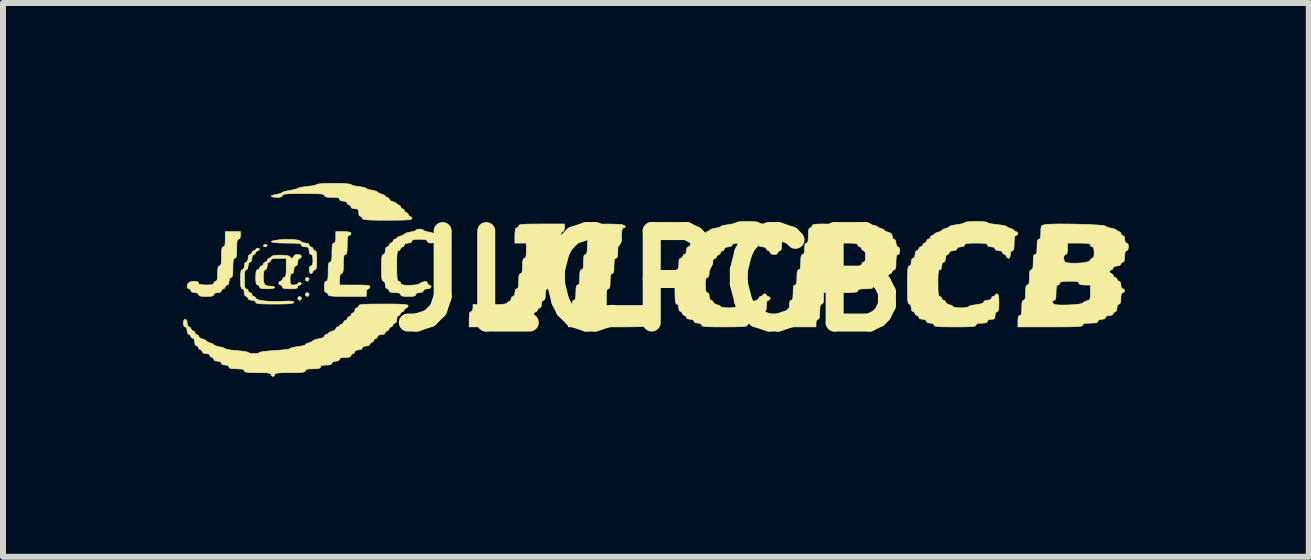
<source format=kicad_pcb>
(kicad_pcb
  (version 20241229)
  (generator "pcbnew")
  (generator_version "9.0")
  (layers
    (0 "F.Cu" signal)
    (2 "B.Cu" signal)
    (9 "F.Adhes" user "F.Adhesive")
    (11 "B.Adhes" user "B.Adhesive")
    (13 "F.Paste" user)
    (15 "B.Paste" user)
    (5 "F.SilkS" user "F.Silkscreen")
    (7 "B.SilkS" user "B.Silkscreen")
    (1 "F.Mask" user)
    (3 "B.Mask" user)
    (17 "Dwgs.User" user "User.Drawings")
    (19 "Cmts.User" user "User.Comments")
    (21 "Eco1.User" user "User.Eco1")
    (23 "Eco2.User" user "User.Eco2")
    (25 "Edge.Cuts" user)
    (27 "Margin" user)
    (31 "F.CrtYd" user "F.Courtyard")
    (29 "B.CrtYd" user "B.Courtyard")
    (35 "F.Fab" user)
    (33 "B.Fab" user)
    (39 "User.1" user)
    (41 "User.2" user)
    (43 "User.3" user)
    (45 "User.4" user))
  (footprint "JLCPCB"
    (layer "F.Cu")
    (at 7.773 1.635)
    (property "Reference" "JLCPCB" (at 0 0 0) (layer "F.SilkS") (effects (font (size 1.524 1.524) (thickness 0.3))))
    (attr through_hole)
    (fp_poly (pts (xy -6.375 -0.602) (xy -6.371 -0.593) (xy -6.388 -0.574) (xy -6.403 -0.572) (xy -6.431 -0.583) (xy -6.435 -0.593) (xy -6.418 -0.611) (xy -6.403 -0.614) (xy -6.375 -0.602)) (stroke (width 0.01) (type solid)) (fill yes) (layer "F.SilkS"))
    (fp_poly (pts (xy -5.803 0.271) (xy -5.8 0.286) (xy -5.817 0.314) (xy -5.831 0.318) (xy -5.859 0.301) (xy -5.863 0.286) (xy -5.846 0.258) (xy -5.831 0.254) (xy -5.803 0.271)) (stroke (width 0.01) (type solid)) (fill yes) (layer "F.SilkS"))
    (fp_poly (pts (xy -5.676 -0.047) (xy -5.673 -0.032) (xy -5.69 -0.004) (xy -5.704 0) (xy -5.732 -0.017) (xy -5.736 -0.032) (xy -5.719 -0.06) (xy -5.704 -0.064) (xy -5.676 -0.047)) (stroke (width 0.01) (type solid)) (fill yes) (layer "F.SilkS"))
    (fp_poly (pts (xy -5.676 0.207) (xy -5.673 0.222) (xy -5.69 0.25) (xy -5.704 0.254) (xy -5.732 0.237) (xy -5.736 0.222) (xy -5.719 0.194) (xy -5.704 0.191) (xy -5.676 0.207)) (stroke (width 0.01) (type solid)) (fill yes) (layer "F.SilkS"))
    (fp_poly (pts (xy -5.971 -0.695) (xy -5.889 -0.689) (xy -5.83 -0.676) (xy -5.804 -0.659) (xy -5.78 -0.642) (xy -5.734 -0.635) (xy -5.685 -0.625) (xy -5.673 -0.603) (xy -5.656 -0.575) (xy -5.641 -0.572) (xy -5.613 -0.555) (xy -5.609 -0.54) (xy -5.592 -0.512) (xy -5.577 -0.508) (xy -5.561 -0.5) (xy -5.551 -0.47) (xy -5.546 -0.41) (xy -5.546 -0.349) (xy -5.547 -0.266) (xy -5.553 -0.216) (xy -5.565 -0.194) (xy -5.577 -0.191) (xy -5.605 -0.174) (xy -5.609 -0.159) (xy -5.626 -0.131) (xy -5.641 -0.127) (xy -5.666 -0.146) (xy -5.673 -0.191) (xy -5.663 -0.241) (xy -5.641 -0.254) (xy -5.62 -0.266) (xy -5.61 -0.309) (xy -5.609 -0.349) (xy -5.613 -0.412) (xy -5.627 -0.441) (xy -5.641 -0.445) (xy -5.666 -0.463) (xy -5.673 -0.508) (xy -5.678 -0.553) (xy -5.703 -0.57) (xy -5.736 -0.572) (xy -5.787 -0.581) (xy -5.8 -0.603) (xy -5.806 -0.617) (xy -5.829 -0.626) (xy -5.876 -0.632) (xy -5.953 -0.634) (xy -6.054 -0.635) (xy -6.167 -0.637) (xy -6.248 -0.643) (xy -6.294 -0.651) (xy -6.303 -0.661) (xy -6.275 -0.673) (xy -6.207 -0.684) (xy -6.169 -0.689) (xy -6.068 -0.696) (xy -5.971 -0.695)) (stroke (width 0.01) (type solid)) (fill yes) (layer "F.SilkS"))
    (fp_poly (pts (xy -5.027 -0.823) (xy -4.988 -0.814) (xy -4.974 -0.798) (xy -4.974 -0.794) (xy -4.991 -0.766) (xy -5.006 -0.762) (xy -5.023 -0.754) (xy -5.032 -0.724) (xy -5.037 -0.664) (xy -5.038 -0.603) (xy -5.039 -0.52) (xy -5.045 -0.47) (xy -5.057 -0.448) (xy -5.069 -0.445) (xy -5.086 -0.436) (xy -5.096 -0.406) (xy -5.1 -0.347) (xy -5.101 -0.286) (xy -5.103 -0.202) (xy -5.109 -0.153) (xy -5.121 -0.131) (xy -5.133 -0.127) (xy -5.154 -0.115) (xy -5.163 -0.072) (xy -5.165 -0.032) (xy -5.165 0.064) (xy -4.911 0.064) (xy -4.801 0.064) (xy -4.727 0.067) (xy -4.683 0.073) (xy -4.662 0.083) (xy -4.657 0.095) (xy -4.674 0.123) (xy -4.688 0.127) (xy -4.714 0.146) (xy -4.72 0.191) (xy -4.72 0.254) (xy -5.038 0.254) (xy -5.162 0.253) (xy -5.25 0.251) (xy -5.307 0.247) (xy -5.34 0.24) (xy -5.353 0.23) (xy -5.355 0.222) (xy -5.372 0.194) (xy -5.387 0.191) (xy -5.408 0.178) (xy -5.417 0.136) (xy -5.419 0.095) (xy -5.415 0.032) (xy -5.4 0.004) (xy -5.387 0) (xy -5.37 -0.008) (xy -5.36 -0.038) (xy -5.356 -0.098) (xy -5.355 -0.159) (xy -5.354 -0.242) (xy -5.347 -0.292) (xy -5.336 -0.314) (xy -5.323 -0.318) (xy -5.307 -0.326) (xy -5.297 -0.356) (xy -5.292 -0.415) (xy -5.292 -0.476) (xy -5.29 -0.56) (xy -5.284 -0.609) (xy -5.272 -0.631) (xy -5.26 -0.635) (xy -5.239 -0.647) (xy -5.229 -0.69) (xy -5.228 -0.73) (xy -5.228 -0.826) (xy -5.101 -0.826) (xy -5.027 -0.823)) (stroke (width 0.01) (type solid)) (fill yes) (layer "F.SilkS"))
    (fp_poly (pts (xy -6.816 -0.762) (xy -6.825 -0.712) (xy -6.847 -0.699) (xy -6.864 -0.69) (xy -6.874 -0.66) (xy -6.878 -0.601) (xy -6.879 -0.54) (xy -6.881 -0.456) (xy -6.887 -0.407) (xy -6.899 -0.385) (xy -6.911 -0.381) (xy -6.928 -0.373) (xy -6.937 -0.343) (xy -6.942 -0.283) (xy -6.943 -0.222) (xy -6.944 -0.139) (xy -6.95 -0.089) (xy -6.962 -0.067) (xy -6.974 -0.064) (xy -7 -0.045) (xy -7.006 0) (xy -7.016 0.05) (xy -7.038 0.064) (xy -7.066 0.08) (xy -7.07 0.095) (xy -7.087 0.123) (xy -7.101 0.127) (xy -7.129 0.144) (xy -7.133 0.159) (xy -7.152 0.184) (xy -7.197 0.191) (xy -7.247 0.2) (xy -7.26 0.222) (xy -7.27 0.241) (xy -7.304 0.251) (xy -7.372 0.254) (xy -7.387 0.254) (xy -7.461 0.252) (xy -7.501 0.243) (xy -7.514 0.226) (xy -7.514 0.222) (xy -7.533 0.197) (xy -7.578 0.191) (xy -7.628 0.181) (xy -7.641 0.159) (xy -7.658 0.131) (xy -7.673 0.127) (xy -7.7 0.112) (xy -7.706 0.078) (xy -7.692 0.04) (xy -7.662 0.015) (xy -7.657 0.013) (xy -7.583 0.001) (xy -7.533 0.007) (xy -7.514 0.031) (xy -7.514 0.032) (xy -7.504 0.05) (xy -7.47 0.06) (xy -7.402 0.063) (xy -7.387 0.064) (xy -7.313 0.061) (xy -7.274 0.052) (xy -7.26 0.036) (xy -7.26 0.032) (xy -7.243 0.004) (xy -7.228 0) (xy -7.21 -0.01) (xy -7.2 -0.044) (xy -7.197 -0.112) (xy -7.197 -0.127) (xy -7.194 -0.201) (xy -7.186 -0.24) (xy -7.169 -0.254) (xy -7.165 -0.254) (xy -7.148 -0.262) (xy -7.138 -0.292) (xy -7.134 -0.352) (xy -7.133 -0.413) (xy -7.132 -0.496) (xy -7.125 -0.546) (xy -7.114 -0.568) (xy -7.101 -0.572) (xy -7.083 -0.581) (xy -7.073 -0.616) (xy -7.07 -0.683) (xy -7.07 -0.699) (xy -7.07 -0.826) (xy -6.816 -0.826) (xy -6.816 -0.762)) (stroke (width 0.01) (type solid)) (fill yes) (layer "F.SilkS"))
    (fp_poly (pts (xy -6.502 -0.539) (xy -6.498 -0.529) (xy -6.515 -0.51) (xy -6.53 -0.508) (xy -6.558 -0.491) (xy -6.562 -0.476) (xy -6.579 -0.448) (xy -6.593 -0.445) (xy -6.619 -0.426) (xy -6.625 -0.381) (xy -6.635 -0.331) (xy -6.657 -0.318) (xy -6.682 -0.299) (xy -6.689 -0.254) (xy -6.698 -0.204) (xy -6.72 -0.191) (xy -6.737 -0.182) (xy -6.747 -0.152) (xy -6.751 -0.093) (xy -6.752 -0.032) (xy -6.751 0.052) (xy -6.744 0.101) (xy -6.733 0.123) (xy -6.72 0.127) (xy -6.692 0.144) (xy -6.689 0.159) (xy -6.672 0.187) (xy -6.657 0.191) (xy -6.629 0.207) (xy -6.625 0.222) (xy -6.608 0.25) (xy -6.593 0.254) (xy -6.565 0.27) (xy -6.562 0.284) (xy -6.542 0.304) (xy -6.486 0.32) (xy -6.402 0.331) (xy -6.295 0.337) (xy -6.173 0.337) (xy -6.105 0.334) (xy -6.014 0.331) (xy -5.959 0.334) (xy -5.932 0.342) (xy -5.927 0.353) (xy -5.936 0.364) (xy -5.966 0.372) (xy -6.022 0.377) (xy -6.111 0.38) (xy -6.236 0.381) (xy -6.244 0.381) (xy -6.368 0.38) (xy -6.456 0.378) (xy -6.514 0.374) (xy -6.546 0.367) (xy -6.56 0.357) (xy -6.562 0.349) (xy -6.581 0.324) (xy -6.625 0.318) (xy -6.676 0.308) (xy -6.689 0.286) (xy -6.706 0.258) (xy -6.72 0.254) (xy -6.746 0.235) (xy -6.752 0.191) (xy -6.762 0.14) (xy -6.784 0.127) (xy -6.801 0.119) (xy -6.81 0.089) (xy -6.815 0.029) (xy -6.816 -0.032) (xy -6.814 -0.115) (xy -6.808 -0.165) (xy -6.796 -0.187) (xy -6.784 -0.191) (xy -6.759 -0.209) (xy -6.752 -0.254) (xy -6.743 -0.304) (xy -6.72 -0.318) (xy -6.695 -0.336) (xy -6.689 -0.381) (xy -6.679 -0.431) (xy -6.657 -0.445) (xy -6.629 -0.461) (xy -6.625 -0.476) (xy -6.608 -0.504) (xy -6.593 -0.508) (xy -6.565 -0.519) (xy -6.562 -0.529) (xy -6.545 -0.548) (xy -6.53 -0.55) (xy -6.502 -0.539)) (stroke (width 0.01) (type solid)) (fill yes) (layer "F.SilkS"))
    (fp_poly (pts (xy -5.813 -0.435) (xy -5.8 -0.413) (xy -5.817 -0.385) (xy -5.831 -0.381) (xy -5.857 -0.362) (xy -5.863 -0.318) (xy -5.873 -0.267) (xy -5.895 -0.254) (xy -5.92 -0.235) (xy -5.927 -0.191) (xy -5.936 -0.14) (xy -5.958 -0.127) (xy -5.979 -0.115) (xy -5.989 -0.072) (xy -5.99 -0.032) (xy -5.988 0.027) (xy -5.978 0.055) (xy -5.951 0.063) (xy -5.927 0.064) (xy -5.882 0.057) (xy -5.863 0.043) (xy -5.863 0.042) (xy -5.846 0.024) (xy -5.831 0.021) (xy -5.803 0.033) (xy -5.8 0.042) (xy -5.817 0.061) (xy -5.831 0.064) (xy -5.859 0.08) (xy -5.863 0.095) (xy -5.873 0.114) (xy -5.907 0.124) (xy -5.975 0.127) (xy -5.99 0.127) (xy -6.064 0.125) (xy -6.104 0.116) (xy -6.117 0.099) (xy -6.117 0.095) (xy -6.134 0.067) (xy -6.149 0.064) (xy -6.177 0.047) (xy -6.181 0.032) (xy -6.164 0.004) (xy -6.149 0) (xy -6.121 -0.017) (xy -6.117 -0.032) (xy -6.1 -0.06) (xy -6.085 -0.064) (xy -6.069 -0.072) (xy -6.059 -0.102) (xy -6.054 -0.161) (xy -6.054 -0.222) (xy -6.054 -0.381) (xy -6.181 -0.381) (xy -6.254 -0.379) (xy -6.294 -0.37) (xy -6.307 -0.353) (xy -6.308 -0.349) (xy -6.325 -0.321) (xy -6.339 -0.318) (xy -6.365 -0.299) (xy -6.371 -0.254) (xy -6.381 -0.204) (xy -6.403 -0.191) (xy -6.422 -0.181) (xy -6.431 -0.146) (xy -6.435 -0.077) (xy -6.435 -0.066) (xy -6.43 0.012) (xy -6.412 0.058) (xy -6.371 0.079) (xy -6.299 0.084) (xy -6.292 0.084) (xy -6.255 0.093) (xy -6.244 0.106) (xy -6.263 0.117) (xy -6.314 0.125) (xy -6.371 0.127) (xy -6.445 0.125) (xy -6.485 0.116) (xy -6.498 0.099) (xy -6.498 0.095) (xy -6.515 0.067) (xy -6.53 0.064) (xy -6.548 0.054) (xy -6.558 0.019) (xy -6.562 -0.048) (xy -6.562 -0.064) (xy -6.559 -0.137) (xy -6.551 -0.177) (xy -6.534 -0.19) (xy -6.53 -0.191) (xy -6.502 -0.207) (xy -6.498 -0.222) (xy -6.481 -0.25) (xy -6.466 -0.254) (xy -6.438 -0.271) (xy -6.435 -0.286) (xy -6.418 -0.314) (xy -6.403 -0.318) (xy -6.375 -0.334) (xy -6.371 -0.349) (xy -6.355 -0.377) (xy -6.341 -0.381) (xy -6.308 -0.397) (xy -6.302 -0.407) (xy -6.275 -0.424) (xy -6.207 -0.433) (xy -6.149 -0.434) (xy -6.057 -0.43) (xy -6.006 -0.418) (xy -5.995 -0.407) (xy -5.973 -0.384) (xy -5.943 -0.386) (xy -5.927 -0.411) (xy -5.927 -0.413) (xy -5.908 -0.438) (xy -5.863 -0.445) (xy -5.813 -0.435)) (stroke (width 0.01) (type solid)) (fill yes) (layer "F.SilkS"))
    (fp_poly (pts (xy -0.613 -0.951) (xy -0.528 -0.948) (xy -0.466 -0.942) (xy -0.45 -0.939) (xy -0.412 -0.921) (xy -0.404 -0.901) (xy -0.427 -0.889) (xy -0.434 -0.889) (xy -0.452 -0.879) (xy -0.462 -0.845) (xy -0.466 -0.777) (xy -0.466 -0.762) (xy -0.468 -0.688) (xy -0.477 -0.649) (xy -0.494 -0.635) (xy -0.497 -0.635) (xy -0.516 -0.625) (xy -0.526 -0.591) (xy -0.529 -0.523) (xy -0.529 -0.508) (xy -0.532 -0.434) (xy -0.54 -0.395) (xy -0.557 -0.381) (xy -0.561 -0.381) (xy -0.579 -0.371) (xy -0.589 -0.337) (xy -0.593 -0.269) (xy -0.593 -0.254) (xy -0.595 -0.18) (xy -0.604 -0.141) (xy -0.621 -0.127) (xy -0.624 -0.127) (xy -0.643 -0.117) (xy -0.653 -0.083) (xy -0.656 -0.015) (xy -0.656 0) (xy -0.659 0.074) (xy -0.667 0.113) (xy -0.684 0.127) (xy -0.688 0.127) (xy -0.706 0.136) (xy -0.716 0.169) (xy -0.719 0.233) (xy -0.72 0.265) (xy -0.72 0.402) (xy 0.106 0.402) (xy 0.106 0.455) (xy 0.095 0.498) (xy 0.074 0.508) (xy 0.053 0.52) (xy 0.044 0.563) (xy 0.042 0.603) (xy 0.038 0.666) (xy 0.024 0.695) (xy 0.011 0.699) (xy -0.017 0.715) (xy -0.021 0.73) (xy -0.026 0.739) (xy -0.042 0.746) (xy -0.074 0.752) (xy -0.126 0.756) (xy -0.203 0.759) (xy -0.308 0.761) (xy -0.446 0.762) (xy -0.62 0.762) (xy -0.688 0.762) (xy -1.355 0.762) (xy -1.355 0.667) (xy -1.351 0.604) (xy -1.336 0.575) (xy -1.323 0.572) (xy -1.304 0.562) (xy -1.295 0.527) (xy -1.291 0.46) (xy -1.291 0.445) (xy -1.289 0.371) (xy -1.28 0.331) (xy -1.263 0.318) (xy -1.259 0.318) (xy -1.241 0.308) (xy -1.231 0.273) (xy -1.228 0.206) (xy -1.228 0.191) (xy -1.225 0.117) (xy -1.217 0.077) (xy -1.2 0.064) (xy -1.196 0.064) (xy -1.177 0.054) (xy -1.168 0.019) (xy -1.164 -0.048) (xy -1.164 -0.064) (xy -1.162 -0.137) (xy -1.153 -0.177) (xy -1.136 -0.19) (xy -1.132 -0.191) (xy -1.114 -0.2) (xy -1.104 -0.235) (xy -1.101 -0.302) (xy -1.101 -0.318) (xy -1.098 -0.391) (xy -1.09 -0.431) (xy -1.073 -0.444) (xy -1.069 -0.445) (xy -1.05 -0.454) (xy -1.041 -0.489) (xy -1.037 -0.556) (xy -1.037 -0.572) (xy -1.035 -0.645) (xy -1.026 -0.685) (xy -1.009 -0.698) (xy -1.005 -0.699) (xy -0.986 -0.709) (xy -0.976 -0.746) (xy -0.974 -0.812) (xy -0.972 -0.88) (xy -0.962 -0.916) (xy -0.941 -0.934) (xy -0.926 -0.939) (xy -0.878 -0.946) (xy -0.801 -0.95) (xy -0.709 -0.952) (xy -0.613 -0.951)) (stroke (width 0.01) (type solid)) (fill yes) (layer "F.SilkS"))
    (fp_poly (pts (xy -5.155 -1.629) (xy -5.068 -1.625) (xy -5.006 -1.619) (xy -4.976 -1.613) (xy -4.974 -1.611) (xy -4.955 -1.598) (xy -4.905 -1.586) (xy -4.847 -1.577) (xy -4.78 -1.567) (xy -4.734 -1.555) (xy -4.72 -1.546) (xy -4.701 -1.533) (xy -4.654 -1.521) (xy -4.632 -1.518) (xy -4.575 -1.506) (xy -4.537 -1.49) (xy -4.532 -1.485) (xy -4.503 -1.465) (xy -4.461 -1.449) (xy -4.419 -1.433) (xy -4.403 -1.416) (xy -4.385 -1.399) (xy -4.371 -1.397) (xy -4.343 -1.381) (xy -4.339 -1.367) (xy -4.321 -1.342) (xy -4.277 -1.323) (xy -4.276 -1.323) (xy -4.231 -1.308) (xy -4.212 -1.29) (xy -4.212 -1.289) (xy -4.195 -1.272) (xy -4.18 -1.27) (xy -4.152 -1.253) (xy -4.149 -1.238) (xy -4.132 -1.21) (xy -4.117 -1.206) (xy -4.089 -1.19) (xy -4.085 -1.175) (xy -4.068 -1.147) (xy -4.053 -1.143) (xy -4.025 -1.126) (xy -4.022 -1.111) (xy -4.005 -1.083) (xy -3.99 -1.079) (xy -3.962 -1.063) (xy -3.958 -1.048) (xy -3.963 -1.037) (xy -3.982 -1.028) (xy -4.021 -1.023) (xy -4.083 -1.019) (xy -4.175 -1.017) (xy -4.302 -1.016) (xy -4.371 -1.016) (xy -4.515 -1.016) (xy -4.622 -1.018) (xy -4.697 -1.021) (xy -4.745 -1.026) (xy -4.772 -1.033) (xy -4.783 -1.042) (xy -4.784 -1.048) (xy -4.801 -1.076) (xy -4.815 -1.079) (xy -4.841 -1.098) (xy -4.847 -1.143) (xy -4.852 -1.188) (xy -4.877 -1.205) (xy -4.911 -1.206) (xy -4.961 -1.216) (xy -4.974 -1.238) (xy -4.991 -1.266) (xy -5.006 -1.27) (xy -5.034 -1.287) (xy -5.038 -1.302) (xy -5.057 -1.327) (xy -5.101 -1.333) (xy -5.152 -1.343) (xy -5.165 -1.365) (xy -5.174 -1.384) (xy -5.209 -1.394) (xy -5.276 -1.397) (xy -5.292 -1.397) (xy -5.365 -1.399) (xy -5.405 -1.408) (xy -5.418 -1.425) (xy -5.419 -1.429) (xy -5.424 -1.441) (xy -5.445 -1.449) (xy -5.485 -1.455) (xy -5.552 -1.458) (xy -5.651 -1.46) (xy -5.768 -1.46) (xy -5.899 -1.46) (xy -5.993 -1.458) (xy -6.057 -1.454) (xy -6.095 -1.448) (xy -6.113 -1.439) (xy -6.117 -1.429) (xy -6.13 -1.408) (xy -6.172 -1.398) (xy -6.212 -1.397) (xy -6.278 -1.402) (xy -6.305 -1.414) (xy -6.29 -1.429) (xy -6.235 -1.443) (xy -6.22 -1.446) (xy -6.162 -1.457) (xy -6.125 -1.473) (xy -6.119 -1.478) (xy -6.093 -1.491) (xy -6.038 -1.505) (xy -5.99 -1.513) (xy -5.924 -1.525) (xy -5.877 -1.539) (xy -5.862 -1.547) (xy -5.837 -1.558) (xy -5.781 -1.569) (xy -5.706 -1.579) (xy -5.698 -1.579) (xy -5.624 -1.589) (xy -5.57 -1.6) (xy -5.546 -1.611) (xy -5.546 -1.612) (xy -5.526 -1.618) (xy -5.471 -1.624) (xy -5.39 -1.628) (xy -5.289 -1.63) (xy -5.26 -1.63) (xy -5.155 -1.629)) (stroke (width 0.01) (type solid)) (fill yes) (layer "F.SilkS"))
    (fp_poly (pts (xy -3.787 -0.863) (xy -3.768 -0.85) (xy -3.768 -0.849) (xy -3.749 -0.836) (xy -3.702 -0.823) (xy -3.678 -0.819) (xy -3.621 -0.807) (xy -3.586 -0.791) (xy -3.581 -0.785) (xy -3.556 -0.764) (xy -3.544 -0.762) (xy -3.517 -0.745) (xy -3.514 -0.73) (xy -3.531 -0.702) (xy -3.545 -0.699) (xy -3.573 -0.682) (xy -3.577 -0.667) (xy -3.596 -0.642) (xy -3.641 -0.635) (xy -3.691 -0.644) (xy -3.704 -0.667) (xy -3.714 -0.685) (xy -3.748 -0.695) (xy -3.816 -0.698) (xy -3.831 -0.699) (xy -3.905 -0.696) (xy -3.945 -0.687) (xy -3.958 -0.671) (xy -3.958 -0.667) (xy -3.977 -0.642) (xy -4.022 -0.635) (xy -4.072 -0.626) (xy -4.085 -0.603) (xy -4.102 -0.575) (xy -4.117 -0.572) (xy -4.145 -0.555) (xy -4.149 -0.54) (xy -4.166 -0.512) (xy -4.18 -0.508) (xy -4.194 -0.502) (xy -4.203 -0.478) (xy -4.209 -0.431) (xy -4.212 -0.354) (xy -4.212 -0.254) (xy -4.211 -0.144) (xy -4.208 -0.071) (xy -4.203 -0.027) (xy -4.193 -0.005) (xy -4.18 0) (xy -4.152 0.017) (xy -4.149 0.032) (xy -4.129 0.057) (xy -4.08 0.067) (xy -3.995 0.068) (xy -3.918 0.064) (xy -3.859 0.055) (xy -3.831 0.042) (xy -3.831 0.042) (xy -3.804 0.024) (xy -3.762 0.01) (xy -3.719 0.005) (xy -3.705 0.021) (xy -3.704 0.029) (xy -3.688 0.059) (xy -3.672 0.064) (xy -3.644 0.08) (xy -3.641 0.095) (xy -3.66 0.12) (xy -3.704 0.127) (xy -3.755 0.136) (xy -3.768 0.159) (xy -3.787 0.184) (xy -3.831 0.191) (xy -3.882 0.2) (xy -3.895 0.222) (xy -3.904 0.241) (xy -3.939 0.251) (xy -4.006 0.254) (xy -4.022 0.254) (xy -4.095 0.252) (xy -4.135 0.243) (xy -4.148 0.226) (xy -4.149 0.222) (xy -4.161 0.201) (xy -4.204 0.192) (xy -4.244 0.191) (xy -4.307 0.186) (xy -4.335 0.172) (xy -4.339 0.159) (xy -4.356 0.131) (xy -4.371 0.127) (xy -4.396 0.108) (xy -4.403 0.064) (xy -4.412 0.013) (xy -4.434 0) (xy -4.449 -0.007) (xy -4.458 -0.032) (xy -4.464 -0.082) (xy -4.466 -0.164) (xy -4.466 -0.222) (xy -4.465 -0.324) (xy -4.462 -0.39) (xy -4.454 -0.427) (xy -4.443 -0.443) (xy -4.434 -0.445) (xy -4.409 -0.463) (xy -4.403 -0.508) (xy -4.393 -0.558) (xy -4.371 -0.572) (xy -4.343 -0.588) (xy -4.339 -0.603) (xy -4.322 -0.631) (xy -4.307 -0.635) (xy -4.279 -0.652) (xy -4.276 -0.667) (xy -4.259 -0.695) (xy -4.244 -0.699) (xy -4.216 -0.709) (xy -4.212 -0.717) (xy -4.194 -0.736) (xy -4.154 -0.751) (xy -4.107 -0.768) (xy -4.083 -0.786) (xy -4.056 -0.802) (xy -4.003 -0.816) (xy -3.982 -0.819) (xy -3.928 -0.83) (xy -3.897 -0.845) (xy -3.895 -0.849) (xy -3.876 -0.862) (xy -3.832 -0.868) (xy -3.831 -0.868) (xy -3.787 -0.863)) (stroke (width 0.01) (type solid)) (fill yes) (layer "F.SilkS"))
    (fp_poly (pts (xy -1.418 -0.889) (xy -1.428 -0.839) (xy -1.45 -0.826) (xy -1.468 -0.816) (xy -1.478 -0.781) (xy -1.482 -0.714) (xy -1.482 -0.699) (xy -1.484 -0.625) (xy -1.493 -0.585) (xy -1.51 -0.572) (xy -1.513 -0.572) (xy -1.532 -0.562) (xy -1.542 -0.527) (xy -1.545 -0.46) (xy -1.545 -0.445) (xy -1.548 -0.371) (xy -1.556 -0.331) (xy -1.573 -0.318) (xy -1.577 -0.318) (xy -1.595 -0.308) (xy -1.605 -0.273) (xy -1.609 -0.206) (xy -1.609 -0.191) (xy -1.611 -0.117) (xy -1.62 -0.077) (xy -1.637 -0.064) (xy -1.64 -0.064) (xy -1.661 -0.051) (xy -1.671 -0.009) (xy -1.672 0.032) (xy -1.676 0.095) (xy -1.69 0.123) (xy -1.704 0.127) (xy -1.725 0.139) (xy -1.734 0.182) (xy -1.736 0.222) (xy -1.74 0.285) (xy -1.754 0.314) (xy -1.767 0.318) (xy -1.793 0.336) (xy -1.799 0.381) (xy -1.809 0.431) (xy -1.831 0.445) (xy -1.859 0.461) (xy -1.863 0.476) (xy -1.88 0.504) (xy -1.894 0.508) (xy -1.922 0.525) (xy -1.926 0.54) (xy -1.943 0.568) (xy -1.958 0.572) (xy -1.986 0.588) (xy -1.99 0.603) (xy -2.007 0.631) (xy -2.021 0.635) (xy -2.049 0.652) (xy -2.053 0.667) (xy -2.066 0.688) (xy -2.108 0.697) (xy -2.148 0.699) (xy -2.211 0.703) (xy -2.24 0.717) (xy -2.244 0.73) (xy -2.249 0.742) (xy -2.269 0.75) (xy -2.308 0.756) (xy -2.373 0.759) (xy -2.468 0.761) (xy -2.599 0.762) (xy -2.625 0.762) (xy -3.006 0.762) (xy -3.006 0.635) (xy -3.003 0.561) (xy -2.995 0.522) (xy -2.978 0.508) (xy -2.974 0.508) (xy -2.949 0.489) (xy -2.942 0.449) (xy -2.942 0.389) (xy -2.664 0.39) (xy -2.54 0.39) (xy -2.455 0.386) (xy -2.402 0.379) (xy -2.378 0.369) (xy -2.376 0.365) (xy -2.35 0.341) (xy -2.337 0.339) (xy -2.313 0.321) (xy -2.307 0.296) (xy -2.294 0.262) (xy -2.275 0.254) (xy -2.25 0.235) (xy -2.244 0.191) (xy -2.234 0.14) (xy -2.212 0.127) (xy -2.193 0.117) (xy -2.184 0.083) (xy -2.18 0.015) (xy -2.18 0) (xy -2.178 -0.074) (xy -2.169 -0.113) (xy -2.152 -0.127) (xy -2.148 -0.127) (xy -2.13 -0.137) (xy -2.12 -0.171) (xy -2.117 -0.239) (xy -2.117 -0.254) (xy -2.114 -0.328) (xy -2.106 -0.367) (xy -2.089 -0.381) (xy -2.085 -0.381) (xy -2.066 -0.391) (xy -2.057 -0.425) (xy -2.053 -0.493) (xy -2.053 -0.508) (xy -2.053 -0.635) (xy -2.244 -0.635) (xy -2.244 -0.762) (xy -2.241 -0.836) (xy -2.233 -0.875) (xy -2.216 -0.889) (xy -2.212 -0.889) (xy -2.184 -0.906) (xy -2.18 -0.921) (xy -2.175 -0.932) (xy -2.155 -0.941) (xy -2.116 -0.946) (xy -2.051 -0.95) (xy -1.956 -0.952) (xy -1.825 -0.952) (xy -1.799 -0.953) (xy -1.418 -0.953) (xy -1.418 -0.889)) (stroke (width 0.01) (type solid)) (fill yes) (layer "F.SilkS"))
    (fp_poly (pts (xy 2.974 -0.952) (xy 3.108 -0.951) (xy 3.24 -0.949) (xy 3.428 -0.945) (xy 3.575 -0.94) (xy 3.683 -0.934) (xy 3.752 -0.927) (xy 3.783 -0.918) (xy 3.785 -0.916) (xy 3.815 -0.894) (xy 3.858 -0.878) (xy 3.9 -0.862) (xy 3.916 -0.846) (xy 3.934 -0.83) (xy 3.978 -0.815) (xy 3.979 -0.815) (xy 4.026 -0.796) (xy 4.042 -0.761) (xy 4.043 -0.75) (xy 4.054 -0.708) (xy 4.075 -0.699) (xy 4.1 -0.68) (xy 4.106 -0.635) (xy 4.116 -0.585) (xy 4.138 -0.572) (xy 4.163 -0.553) (xy 4.17 -0.508) (xy 4.16 -0.458) (xy 4.138 -0.445) (xy 4.12 -0.435) (xy 4.11 -0.4) (xy 4.106 -0.333) (xy 4.106 -0.318) (xy 4.104 -0.244) (xy 4.095 -0.204) (xy 4.078 -0.191) (xy 4.075 -0.191) (xy 4.047 -0.174) (xy 4.043 -0.159) (xy 4.026 -0.131) (xy 4.011 -0.127) (xy 3.983 -0.11) (xy 3.979 -0.095) (xy 3.962 -0.067) (xy 3.948 -0.064) (xy 3.92 -0.047) (xy 3.916 -0.032) (xy 3.899 -0.004) (xy 3.884 0) (xy 3.856 0.017) (xy 3.852 0.032) (xy 3.833 0.057) (xy 3.789 0.064) (xy 3.738 0.073) (xy 3.725 0.095) (xy 3.716 0.114) (xy 3.681 0.124) (xy 3.614 0.127) (xy 3.598 0.127) (xy 3.525 0.129) (xy 3.485 0.138) (xy 3.472 0.155) (xy 3.471 0.159) (xy 3.465 0.172) (xy 3.443 0.181) (xy 3.399 0.186) (xy 3.326 0.189) (xy 3.218 0.19) (xy 3.186 0.191) (xy 2.9 0.191) (xy 2.9 0.286) (xy 2.896 0.349) (xy 2.882 0.377) (xy 2.868 0.381) (xy 2.85 0.391) (xy 2.84 0.425) (xy 2.836 0.493) (xy 2.836 0.508) (xy 2.834 0.582) (xy 2.825 0.621) (xy 2.808 0.635) (xy 2.805 0.635) (xy 2.779 0.654) (xy 2.773 0.699) (xy 2.773 0.762) (xy 2.265 0.762) (xy 2.265 0.667) (xy 2.269 0.604) (xy 2.283 0.575) (xy 2.297 0.572) (xy 2.315 0.562) (xy 2.325 0.527) (xy 2.328 0.46) (xy 2.328 0.445) (xy 2.331 0.371) (xy 2.339 0.331) (xy 2.356 0.318) (xy 2.36 0.318) (xy 2.379 0.308) (xy 2.388 0.273) (xy 2.392 0.206) (xy 2.392 0.191) (xy 2.394 0.117) (xy 2.403 0.077) (xy 2.42 0.064) (xy 2.424 0.064) (xy 2.442 0.054) (xy 2.452 0.019) (xy 2.455 -0.048) (xy 2.455 -0.064) (xy 2.458 -0.137) (xy 2.466 -0.177) (xy 2.483 -0.19) (xy 2.487 -0.191) (xy 2.506 -0.2) (xy 2.515 -0.235) (xy 2.516 -0.254) (xy 3.027 -0.254) (xy 3.027 -0.127) (xy 3.154 -0.127) (xy 3.221 -0.13) (xy 3.267 -0.139) (xy 3.281 -0.148) (xy 3.299 -0.165) (xy 3.328 -0.17) (xy 3.402 -0.177) (xy 3.453 -0.197) (xy 3.471 -0.225) (xy 3.488 -0.251) (xy 3.503 -0.254) (xy 3.531 -0.271) (xy 3.535 -0.286) (xy 3.552 -0.314) (xy 3.567 -0.318) (xy 3.588 -0.33) (xy 3.597 -0.372) (xy 3.598 -0.413) (xy 3.594 -0.476) (xy 3.58 -0.504) (xy 3.567 -0.508) (xy 3.539 -0.525) (xy 3.535 -0.54) (xy 3.518 -0.568) (xy 3.503 -0.572) (xy 3.475 -0.588) (xy 3.471 -0.603) (xy 3.464 -0.619) (xy 3.437 -0.628) (xy 3.383 -0.633) (xy 3.295 -0.635) (xy 3.281 -0.635) (xy 3.09 -0.635) (xy 3.09 -0.508) (xy 3.088 -0.434) (xy 3.079 -0.395) (xy 3.062 -0.381) (xy 3.059 -0.381) (xy 3.04 -0.371) (xy 3.03 -0.337) (xy 3.027 -0.269) (xy 3.027 -0.254) (xy 2.516 -0.254) (xy 2.519 -0.302) (xy 2.519 -0.318) (xy 2.521 -0.391) (xy 2.53 -0.431) (xy 2.547 -0.444) (xy 2.551 -0.445) (xy 2.572 -0.457) (xy 2.581 -0.499) (xy 2.582 -0.54) (xy 2.586 -0.603) (xy 2.601 -0.631) (xy 2.614 -0.635) (xy 2.633 -0.645) (xy 2.642 -0.679) (xy 2.646 -0.747) (xy 2.646 -0.762) (xy 2.648 -0.836) (xy 2.657 -0.875) (xy 2.674 -0.889) (xy 2.678 -0.889) (xy 2.705 -0.906) (xy 2.709 -0.923) (xy 2.713 -0.934) (xy 2.726 -0.942) (xy 2.754 -0.947) (xy 2.801 -0.951) (xy 2.873 -0.953) (xy 2.974 -0.952)) (stroke (width 0.01) (type solid)) (fill yes) (layer "F.SilkS"))
    (fp_poly (pts (xy 5.524 -0.993) (xy 5.589 -0.988) (xy 5.626 -0.981) (xy 5.63 -0.977) (xy 5.65 -0.966) (xy 5.701 -0.955) (xy 5.773 -0.945) (xy 5.783 -0.944) (xy 5.859 -0.935) (xy 5.917 -0.924) (xy 5.946 -0.912) (xy 5.947 -0.911) (xy 5.975 -0.893) (xy 6.017 -0.878) (xy 6.059 -0.861) (xy 6.075 -0.844) (xy 6.092 -0.828) (xy 6.107 -0.826) (xy 6.135 -0.809) (xy 6.138 -0.794) (xy 6.121 -0.766) (xy 6.107 -0.762) (xy 6.088 -0.752) (xy 6.078 -0.718) (xy 6.075 -0.65) (xy 6.075 -0.635) (xy 6.072 -0.561) (xy 6.064 -0.522) (xy 6.047 -0.508) (xy 6.043 -0.508) (xy 6.018 -0.489) (xy 6.011 -0.445) (xy 6.002 -0.394) (xy 5.98 -0.381) (xy 5.952 -0.398) (xy 5.948 -0.413) (xy 5.931 -0.441) (xy 5.916 -0.445) (xy 5.888 -0.461) (xy 5.884 -0.476) (xy 5.865 -0.501) (xy 5.821 -0.508) (xy 5.77 -0.517) (xy 5.757 -0.54) (xy 5.738 -0.565) (xy 5.694 -0.572) (xy 5.643 -0.581) (xy 5.63 -0.603) (xy 5.623 -0.619) (xy 5.596 -0.628) (xy 5.542 -0.633) (xy 5.454 -0.635) (xy 5.44 -0.635) (xy 5.347 -0.634) (xy 5.289 -0.629) (xy 5.259 -0.62) (xy 5.249 -0.606) (xy 5.249 -0.603) (xy 5.23 -0.578) (xy 5.186 -0.572) (xy 5.135 -0.562) (xy 5.122 -0.54) (xy 5.103 -0.515) (xy 5.059 -0.508) (xy 5.008 -0.499) (xy 4.995 -0.476) (xy 4.978 -0.448) (xy 4.964 -0.445) (xy 4.938 -0.426) (xy 4.932 -0.381) (xy 4.922 -0.331) (xy 4.9 -0.318) (xy 4.875 -0.299) (xy 4.868 -0.254) (xy 4.859 -0.204) (xy 4.837 -0.191) (xy 4.822 -0.184) (xy 4.813 -0.159) (xy 4.807 -0.109) (xy 4.805 -0.027) (xy 4.805 0.032) (xy 4.806 0.133) (xy 4.809 0.199) (xy 4.817 0.237) (xy 4.828 0.252) (xy 4.837 0.254) (xy 4.865 0.271) (xy 4.868 0.286) (xy 4.885 0.314) (xy 4.9 0.318) (xy 4.928 0.334) (xy 4.932 0.348) (xy 4.95 0.373) (xy 4.994 0.391) (xy 4.995 0.392) (xy 5.04 0.407) (xy 5.059 0.425) (xy 5.059 0.425) (xy 5.078 0.435) (xy 5.128 0.442) (xy 5.186 0.445) (xy 5.253 0.442) (xy 5.299 0.434) (xy 5.313 0.425) (xy 5.332 0.413) (xy 5.382 0.4) (xy 5.44 0.392) (xy 5.519 0.378) (xy 5.56 0.361) (xy 5.567 0.347) (xy 5.586 0.324) (xy 5.63 0.318) (xy 5.681 0.308) (xy 5.694 0.286) (xy 5.711 0.258) (xy 5.726 0.254) (xy 5.754 0.243) (xy 5.757 0.233) (xy 5.774 0.214) (xy 5.789 0.212) (xy 5.806 0.22) (xy 5.816 0.252) (xy 5.82 0.313) (xy 5.821 0.36) (xy 5.819 0.44) (xy 5.812 0.486) (xy 5.799 0.506) (xy 5.789 0.508) (xy 5.764 0.527) (xy 5.757 0.572) (xy 5.752 0.616) (xy 5.727 0.633) (xy 5.694 0.635) (xy 5.643 0.644) (xy 5.63 0.667) (xy 5.618 0.688) (xy 5.575 0.697) (xy 5.535 0.699) (xy 5.472 0.703) (xy 5.444 0.717) (xy 5.44 0.73) (xy 5.434 0.742) (xy 5.414 0.751) (xy 5.373 0.757) (xy 5.306 0.76) (xy 5.207 0.762) (xy 5.091 0.762) (xy 4.959 0.761) (xy 4.865 0.76) (xy 4.802 0.756) (xy 4.764 0.75) (xy 4.745 0.741) (xy 4.741 0.73) (xy 4.722 0.705) (xy 4.678 0.699) (xy 4.627 0.689) (xy 4.614 0.667) (xy 4.595 0.642) (xy 4.551 0.635) (xy 4.5 0.626) (xy 4.487 0.603) (xy 4.47 0.575) (xy 4.456 0.572) (xy 4.428 0.555) (xy 4.424 0.54) (xy 4.407 0.512) (xy 4.392 0.508) (xy 4.367 0.489) (xy 4.36 0.445) (xy 4.351 0.394) (xy 4.329 0.381) (xy 4.316 0.375) (xy 4.307 0.354) (xy 4.302 0.312) (xy 4.298 0.242) (xy 4.297 0.139) (xy 4.297 0.064) (xy 4.297 -0.061) (xy 4.3 -0.149) (xy 4.304 -0.206) (xy 4.311 -0.238) (xy 4.321 -0.252) (xy 4.329 -0.254) (xy 4.354 -0.273) (xy 4.36 -0.318) (xy 4.37 -0.368) (xy 4.392 -0.381) (xy 4.417 -0.4) (xy 4.424 -0.445) (xy 4.433 -0.495) (xy 4.456 -0.508) (xy 4.484 -0.525) (xy 4.487 -0.54) (xy 4.504 -0.568) (xy 4.519 -0.572) (xy 4.547 -0.588) (xy 4.551 -0.603) (xy 4.568 -0.631) (xy 4.583 -0.635) (xy 4.611 -0.652) (xy 4.614 -0.667) (xy 4.631 -0.695) (xy 4.646 -0.699) (xy 4.674 -0.715) (xy 4.678 -0.73) (xy 4.695 -0.758) (xy 4.71 -0.762) (xy 4.738 -0.773) (xy 4.741 -0.781) (xy 4.76 -0.799) (xy 4.804 -0.815) (xy 4.805 -0.815) (xy 4.849 -0.83) (xy 4.868 -0.846) (xy 4.868 -0.847) (xy 4.887 -0.863) (xy 4.931 -0.878) (xy 4.932 -0.878) (xy 4.976 -0.893) (xy 4.995 -0.909) (xy 4.995 -0.91) (xy 5.015 -0.921) (xy 5.064 -0.933) (xy 5.122 -0.942) (xy 5.189 -0.953) (xy 5.235 -0.965) (xy 5.249 -0.976) (xy 5.269 -0.984) (xy 5.321 -0.991) (xy 5.397 -0.994) (xy 5.44 -0.995) (xy 5.524 -0.993)) (stroke (width 0.01) (type solid)) (fill yes) (layer "F.SilkS"))
    (fp_poly (pts (xy 6.945 -0.952) (xy 7.071 -0.951) (xy 7.199 -0.948) (xy 7.32 -0.943) (xy 7.427 -0.938) (xy 7.514 -0.932) (xy 7.572 -0.925) (xy 7.594 -0.919) (xy 7.623 -0.901) (xy 7.677 -0.885) (xy 7.694 -0.882) (xy 7.749 -0.869) (xy 7.782 -0.852) (xy 7.786 -0.847) (xy 7.81 -0.827) (xy 7.823 -0.826) (xy 7.849 -0.809) (xy 7.853 -0.794) (xy 7.87 -0.766) (xy 7.885 -0.762) (xy 7.91 -0.743) (xy 7.916 -0.699) (xy 7.926 -0.648) (xy 7.948 -0.635) (xy 7.973 -0.616) (xy 7.98 -0.572) (xy 7.97 -0.521) (xy 7.948 -0.508) (xy 7.927 -0.496) (xy 7.918 -0.453) (xy 7.916 -0.413) (xy 7.912 -0.35) (xy 7.898 -0.321) (xy 7.885 -0.318) (xy 7.857 -0.301) (xy 7.853 -0.286) (xy 7.834 -0.261) (xy 7.789 -0.254) (xy 7.739 -0.245) (xy 7.726 -0.222) (xy 7.709 -0.194) (xy 7.694 -0.191) (xy 7.666 -0.174) (xy 7.662 -0.159) (xy 7.679 -0.131) (xy 7.694 -0.127) (xy 7.722 -0.11) (xy 7.726 -0.095) (xy 7.743 -0.067) (xy 7.758 -0.064) (xy 7.786 -0.047) (xy 7.789 -0.032) (xy 7.806 -0.004) (xy 7.821 0) (xy 7.846 0.019) (xy 7.853 0.064) (xy 7.862 0.114) (xy 7.885 0.127) (xy 7.913 0.144) (xy 7.916 0.159) (xy 7.899 0.187) (xy 7.885 0.191) (xy 7.864 0.203) (xy 7.854 0.245) (xy 7.853 0.286) (xy 7.849 0.349) (xy 7.835 0.377) (xy 7.821 0.381) (xy 7.796 0.4) (xy 7.789 0.445) (xy 7.78 0.495) (xy 7.758 0.508) (xy 7.73 0.525) (xy 7.726 0.54) (xy 7.707 0.565) (xy 7.662 0.572) (xy 7.612 0.581) (xy 7.599 0.603) (xy 7.58 0.628) (xy 7.535 0.635) (xy 7.485 0.644) (xy 7.472 0.667) (xy 7.462 0.685) (xy 7.428 0.695) (xy 7.36 0.698) (xy 7.345 0.699) (xy 7.271 0.701) (xy 7.231 0.71) (xy 7.218 0.726) (xy 7.218 0.73) (xy 7.213 0.74) (xy 7.196 0.748) (xy 7.161 0.753) (xy 7.105 0.757) (xy 7.022 0.76) (xy 6.908 0.761) (xy 6.758 0.762) (xy 6.678 0.762) (xy 6.138 0.762) (xy 6.138 0.667) (xy 6.142 0.604) (xy 6.157 0.575) (xy 6.17 0.572) (xy 6.189 0.562) (xy 6.198 0.527) (xy 6.202 0.46) (xy 6.202 0.445) (xy 6.204 0.371) (xy 6.207 0.359) (xy 6.713 0.359) (xy 6.736 0.384) (xy 6.747 0.389) (xy 6.794 0.395) (xy 6.865 0.398) (xy 6.95 0.397) (xy 7.039 0.393) (xy 7.119 0.387) (xy 7.18 0.378) (xy 7.212 0.369) (xy 7.214 0.367) (xy 7.244 0.344) (xy 7.287 0.327) (xy 7.319 0.316) (xy 7.337 0.297) (xy 7.344 0.257) (xy 7.345 0.188) (xy 7.345 0.064) (xy 7.25 0.064) (xy 7.187 0.059) (xy 7.158 0.045) (xy 7.154 0.032) (xy 7.146 0.015) (xy 7.116 0.005) (xy 7.057 0.001) (xy 6.996 0) (xy 6.912 0.002) (xy 6.863 0.008) (xy 6.84 0.02) (xy 6.837 0.032) (xy 6.82 0.06) (xy 6.805 0.064) (xy 6.787 0.073) (xy 6.777 0.108) (xy 6.773 0.175) (xy 6.773 0.191) (xy 6.771 0.264) (xy 6.762 0.304) (xy 6.745 0.317) (xy 6.742 0.318) (xy 6.714 0.331) (xy 6.713 0.359) (xy 6.207 0.359) (xy 6.213 0.331) (xy 6.23 0.318) (xy 6.234 0.318) (xy 6.252 0.308) (xy 6.262 0.273) (xy 6.265 0.206) (xy 6.265 0.191) (xy 6.268 0.117) (xy 6.276 0.077) (xy 6.293 0.064) (xy 6.297 0.064) (xy 6.316 0.054) (xy 6.325 0.019) (xy 6.329 -0.048) (xy 6.329 -0.064) (xy 6.331 -0.137) (xy 6.34 -0.177) (xy 6.357 -0.19) (xy 6.361 -0.191) (xy 6.379 -0.2) (xy 6.389 -0.235) (xy 6.392 -0.302) (xy 6.392 -0.318) (xy 6.395 -0.389) (xy 6.899 -0.389) (xy 6.906 -0.346) (xy 6.927 -0.315) (xy 6.937 -0.311) (xy 7.006 -0.301) (xy 7.098 -0.299) (xy 7.199 -0.304) (xy 7.247 -0.31) (xy 7.313 -0.325) (xy 7.343 -0.346) (xy 7.345 -0.352) (xy 7.362 -0.378) (xy 7.377 -0.381) (xy 7.398 -0.393) (xy 7.407 -0.436) (xy 7.408 -0.476) (xy 7.404 -0.539) (xy 7.39 -0.568) (xy 7.377 -0.572) (xy 7.349 -0.588) (xy 7.345 -0.603) (xy 7.337 -0.619) (xy 7.31 -0.628) (xy 7.256 -0.633) (xy 7.168 -0.635) (xy 7.154 -0.635) (xy 6.964 -0.635) (xy 6.964 -0.54) (xy 6.96 -0.477) (xy 6.946 -0.448) (xy 6.932 -0.445) (xy 6.908 -0.428) (xy 6.899 -0.389) (xy 6.395 -0.389) (xy 6.395 -0.391) (xy 6.403 -0.431) (xy 6.42 -0.444) (xy 6.424 -0.445) (xy 6.443 -0.454) (xy 6.452 -0.489) (xy 6.456 -0.556) (xy 6.456 -0.572) (xy 6.458 -0.645) (xy 6.467 -0.685) (xy 6.484 -0.698) (xy 6.488 -0.699) (xy 6.507 -0.709) (xy 6.517 -0.746) (xy 6.519 -0.814) (xy 6.521 -0.88) (xy 6.528 -0.916) (xy 6.55 -0.933) (xy 6.591 -0.943) (xy 6.592 -0.943) (xy 6.643 -0.948) (xy 6.723 -0.951) (xy 6.826 -0.953) (xy 6.945 -0.952)) (stroke (width 0.01) (type solid)) (fill yes) (layer "F.SilkS"))
    (fp_poly (pts (xy 1.714 -0.993) (xy 1.779 -0.988) (xy 1.816 -0.98) (xy 1.82 -0.976) (xy 1.84 -0.963) (xy 1.889 -0.951) (xy 1.947 -0.942) (xy 2.014 -0.931) (xy 2.06 -0.918) (xy 2.074 -0.908) (xy 2.092 -0.893) (xy 2.122 -0.889) (xy 2.2 -0.882) (xy 2.244 -0.86) (xy 2.262 -0.817) (xy 2.265 -0.781) (xy 2.259 -0.723) (xy 2.241 -0.7) (xy 2.233 -0.699) (xy 2.212 -0.686) (xy 2.203 -0.644) (xy 2.201 -0.603) (xy 2.197 -0.54) (xy 2.183 -0.512) (xy 2.17 -0.508) (xy 2.142 -0.491) (xy 2.138 -0.476) (xy 2.119 -0.451) (xy 2.074 -0.445) (xy 2.024 -0.454) (xy 2.011 -0.476) (xy 1.994 -0.504) (xy 1.979 -0.508) (xy 1.951 -0.525) (xy 1.947 -0.54) (xy 1.928 -0.565) (xy 1.884 -0.572) (xy 1.833 -0.581) (xy 1.82 -0.603) (xy 1.814 -0.618) (xy 1.789 -0.627) (xy 1.739 -0.633) (xy 1.657 -0.635) (xy 1.598 -0.635) (xy 1.497 -0.634) (xy 1.431 -0.63) (xy 1.393 -0.623) (xy 1.378 -0.612) (xy 1.376 -0.603) (xy 1.357 -0.578) (xy 1.312 -0.572) (xy 1.262 -0.562) (xy 1.249 -0.54) (xy 1.232 -0.512) (xy 1.217 -0.508) (xy 1.189 -0.491) (xy 1.185 -0.476) (xy 1.168 -0.448) (xy 1.154 -0.445) (xy 1.126 -0.428) (xy 1.122 -0.413) (xy 1.105 -0.385) (xy 1.09 -0.381) (xy 1.062 -0.364) (xy 1.058 -0.349) (xy 1.041 -0.321) (xy 1.027 -0.318) (xy 1.008 -0.308) (xy 0.998 -0.273) (xy 0.995 -0.206) (xy 0.995 -0.191) (xy 0.992 -0.117) (xy 0.984 -0.077) (xy 0.967 -0.064) (xy 0.963 -0.064) (xy 0.945 -0.054) (xy 0.935 -0.019) (xy 0.931 0.048) (xy 0.931 0.064) (xy 0.934 0.137) (xy 0.942 0.177) (xy 0.959 0.19) (xy 0.963 0.191) (xy 0.988 0.209) (xy 0.995 0.254) (xy 1.004 0.304) (xy 1.027 0.318) (xy 1.055 0.334) (xy 1.058 0.348) (xy 1.077 0.373) (xy 1.121 0.391) (xy 1.122 0.392) (xy 1.166 0.407) (xy 1.185 0.425) (xy 1.185 0.425) (xy 1.205 0.435) (xy 1.255 0.442) (xy 1.312 0.445) (xy 1.379 0.442) (xy 1.425 0.434) (xy 1.439 0.425) (xy 1.459 0.413) (xy 1.508 0.4) (xy 1.566 0.392) (xy 1.633 0.381) (xy 1.679 0.369) (xy 1.693 0.359) (xy 1.712 0.343) (xy 1.756 0.328) (xy 1.757 0.328) (xy 1.801 0.31) (xy 1.82 0.285) (xy 1.82 0.284) (xy 1.837 0.257) (xy 1.852 0.254) (xy 1.88 0.243) (xy 1.884 0.233) (xy 1.901 0.214) (xy 1.916 0.212) (xy 1.944 0.223) (xy 1.947 0.233) (xy 1.964 0.252) (xy 1.979 0.254) (xy 2.007 0.271) (xy 2.011 0.286) (xy 1.994 0.314) (xy 1.979 0.318) (xy 1.958 0.33) (xy 1.949 0.372) (xy 1.947 0.413) (xy 1.943 0.476) (xy 1.929 0.504) (xy 1.916 0.508) (xy 1.89 0.527) (xy 1.884 0.572) (xy 1.874 0.622) (xy 1.852 0.635) (xy 1.824 0.652) (xy 1.82 0.667) (xy 1.808 0.688) (xy 1.765 0.697) (xy 1.725 0.699) (xy 1.662 0.703) (xy 1.634 0.717) (xy 1.63 0.73) (xy 1.624 0.742) (xy 1.605 0.75) (xy 1.565 0.756) (xy 1.501 0.759) (xy 1.406 0.761) (xy 1.274 0.762) (xy 1.249 0.762) (xy 1.111 0.762) (xy 1.01 0.76) (xy 0.941 0.757) (xy 0.898 0.751) (xy 0.875 0.743) (xy 0.868 0.732) (xy 0.868 0.73) (xy 0.849 0.705) (xy 0.804 0.699) (xy 0.754 0.689) (xy 0.741 0.667) (xy 0.722 0.642) (xy 0.677 0.635) (xy 0.627 0.626) (xy 0.614 0.603) (xy 0.597 0.575) (xy 0.582 0.572) (xy 0.554 0.555) (xy 0.55 0.54) (xy 0.533 0.512) (xy 0.519 0.508) (xy 0.493 0.489) (xy 0.487 0.445) (xy 0.477 0.394) (xy 0.455 0.381) (xy 0.442 0.375) (xy 0.433 0.353) (xy 0.427 0.308) (xy 0.424 0.235) (xy 0.423 0.128) (xy 0.423 0.095) (xy 0.424 -0.022) (xy 0.426 -0.103) (xy 0.431 -0.154) (xy 0.44 -0.181) (xy 0.451 -0.19) (xy 0.455 -0.191) (xy 0.476 -0.203) (xy 0.486 -0.245) (xy 0.487 -0.286) (xy 0.491 -0.349) (xy 0.505 -0.377) (xy 0.519 -0.381) (xy 0.547 -0.398) (xy 0.55 -0.413) (xy 0.567 -0.441) (xy 0.582 -0.445) (xy 0.607 -0.463) (xy 0.614 -0.508) (xy 0.623 -0.558) (xy 0.646 -0.572) (xy 0.674 -0.588) (xy 0.677 -0.603) (xy 0.694 -0.631) (xy 0.709 -0.635) (xy 0.737 -0.652) (xy 0.741 -0.667) (xy 0.758 -0.695) (xy 0.773 -0.699) (xy 0.801 -0.709) (xy 0.804 -0.718) (xy 0.823 -0.736) (xy 0.867 -0.751) (xy 0.868 -0.751) (xy 0.912 -0.77) (xy 0.931 -0.795) (xy 0.931 -0.795) (xy 0.948 -0.822) (xy 0.961 -0.826) (xy 0.993 -0.839) (xy 0.999 -0.848) (xy 1.023 -0.864) (xy 1.073 -0.879) (xy 1.096 -0.883) (xy 1.151 -0.893) (xy 1.182 -0.906) (xy 1.185 -0.911) (xy 1.205 -0.922) (xy 1.254 -0.933) (xy 1.312 -0.942) (xy 1.379 -0.953) (xy 1.425 -0.965) (xy 1.439 -0.976) (xy 1.459 -0.984) (xy 1.511 -0.991) (xy 1.587 -0.994) (xy 1.63 -0.995) (xy 1.714 -0.993)) (stroke (width 0.01) (type solid)) (fill yes) (layer "F.SilkS"))
    (fp_poly (pts (xy -4.29 0.381) (xy -4.184 0.383) (xy -4.109 0.386) (xy -4.06 0.391) (xy -4.033 0.398) (xy -4.023 0.407) (xy -4.022 0.413) (xy -4.039 0.441) (xy -4.053 0.445) (xy -4.081 0.461) (xy -4.085 0.476) (xy -4.102 0.504) (xy -4.117 0.508) (xy -4.145 0.525) (xy -4.149 0.54) (xy -4.166 0.568) (xy -4.18 0.572) (xy -4.206 0.59) (xy -4.212 0.635) (xy -4.222 0.685) (xy -4.244 0.699) (xy -4.272 0.715) (xy -4.276 0.73) (xy -4.293 0.758) (xy -4.307 0.762) (xy -4.335 0.779) (xy -4.339 0.794) (xy -4.356 0.822) (xy -4.371 0.826) (xy -4.399 0.842) (xy -4.403 0.857) (xy -4.422 0.882) (xy -4.466 0.889) (xy -4.517 0.898) (xy -4.53 0.921) (xy -4.547 0.949) (xy -4.561 0.953) (xy -4.589 0.969) (xy -4.593 0.984) (xy -4.61 1.012) (xy -4.625 1.016) (xy -4.653 1.033) (xy -4.657 1.048) (xy -4.676 1.073) (xy -4.72 1.079) (xy -4.771 1.089) (xy -4.784 1.111) (xy -4.803 1.136) (xy -4.847 1.143) (xy -4.898 1.152) (xy -4.911 1.175) (xy -4.928 1.203) (xy -4.942 1.206) (xy -4.97 1.223) (xy -4.974 1.238) (xy -4.987 1.259) (xy -5.029 1.269) (xy -5.069 1.27) (xy -5.132 1.274) (xy -5.161 1.288) (xy -5.165 1.302) (xy -5.184 1.327) (xy -5.228 1.333) (xy -5.279 1.343) (xy -5.292 1.365) (xy -5.304 1.386) (xy -5.347 1.396) (xy -5.387 1.397) (xy -5.45 1.401) (xy -5.478 1.415) (xy -5.482 1.429) (xy -5.492 1.447) (xy -5.526 1.457) (xy -5.594 1.46) (xy -5.609 1.46) (xy -5.683 1.463) (xy -5.723 1.472) (xy -5.736 1.488) (xy -5.736 1.492) (xy -5.743 1.506) (xy -5.766 1.515) (xy -5.813 1.521) (xy -5.89 1.523) (xy -5.99 1.524) (xy -6.1 1.525) (xy -6.173 1.528) (xy -6.218 1.534) (xy -6.239 1.543) (xy -6.244 1.556) (xy -6.261 1.584) (xy -6.276 1.587) (xy -6.304 1.571) (xy -6.308 1.556) (xy -6.314 1.541) (xy -6.339 1.532) (xy -6.389 1.526) (xy -6.471 1.524) (xy -6.53 1.524) (xy -6.631 1.523) (xy -6.697 1.519) (xy -6.735 1.512) (xy -6.75 1.501) (xy -6.752 1.492) (xy -6.762 1.474) (xy -6.796 1.464) (xy -6.864 1.461) (xy -6.879 1.46) (xy -6.953 1.458) (xy -6.993 1.449) (xy -7.006 1.433) (xy -7.006 1.429) (xy -7.025 1.404) (xy -7.07 1.397) (xy -7.12 1.388) (xy -7.133 1.365) (xy -7.152 1.34) (xy -7.197 1.333) (xy -7.247 1.324) (xy -7.26 1.302) (xy -7.277 1.274) (xy -7.292 1.27) (xy -7.32 1.253) (xy -7.324 1.238) (xy -7.343 1.213) (xy -7.387 1.206) (xy -7.438 1.197) (xy -7.451 1.175) (xy -7.468 1.147) (xy -7.482 1.143) (xy -7.51 1.126) (xy -7.514 1.111) (xy -7.531 1.083) (xy -7.546 1.079) (xy -7.571 1.061) (xy -7.578 1.016) (xy -7.587 0.966) (xy -7.609 0.953) (xy -7.637 0.936) (xy -7.641 0.921) (xy -7.658 0.893) (xy -7.673 0.889) (xy -7.698 0.87) (xy -7.705 0.826) (xy -7.714 0.775) (xy -7.736 0.762) (xy -7.762 0.743) (xy -7.768 0.699) (xy -7.759 0.648) (xy -7.736 0.635) (xy -7.711 0.654) (xy -7.705 0.699) (xy -7.695 0.749) (xy -7.673 0.762) (xy -7.645 0.779) (xy -7.641 0.794) (xy -7.624 0.822) (xy -7.609 0.826) (xy -7.581 0.842) (xy -7.578 0.857) (xy -7.561 0.885) (xy -7.546 0.889) (xy -7.518 0.905) (xy -7.514 0.919) (xy -7.496 0.944) (xy -7.452 0.963) (xy -7.451 0.963) (xy -7.406 0.978) (xy -7.387 0.994) (xy -7.387 0.994) (xy -7.369 1.011) (xy -7.329 1.026) (xy -7.282 1.043) (xy -7.259 1.061) (xy -7.231 1.077) (xy -7.179 1.091) (xy -7.163 1.094) (xy -7.107 1.107) (xy -7.072 1.122) (xy -7.068 1.126) (xy -7.043 1.136) (xy -6.985 1.146) (xy -6.907 1.155) (xy -6.872 1.158) (xy -6.79 1.165) (xy -6.727 1.175) (xy -6.692 1.185) (xy -6.689 1.188) (xy -6.67 1.199) (xy -6.622 1.206) (xy -6.593 1.206) (xy -6.537 1.203) (xy -6.503 1.194) (xy -6.498 1.189) (xy -6.478 1.18) (xy -6.425 1.172) (xy -6.345 1.163) (xy -6.25 1.156) (xy -6.152 1.149) (xy -6.071 1.141) (xy -6.014 1.132) (xy -5.991 1.124) (xy -5.965 1.111) (xy -5.911 1.098) (xy -5.858 1.09) (xy -5.793 1.079) (xy -5.748 1.067) (xy -5.736 1.058) (xy -5.718 1.042) (xy -5.678 1.027) (xy -5.631 1.01) (xy -5.607 0.992) (xy -5.58 0.976) (xy -5.527 0.962) (xy -5.506 0.959) (xy -5.446 0.944) (xy -5.419 0.922) (xy -5.419 0.918) (xy -5.402 0.892) (xy -5.387 0.889) (xy -5.359 0.878) (xy -5.355 0.87) (xy -5.337 0.852) (xy -5.293 0.836) (xy -5.292 0.836) (xy -5.247 0.818) (xy -5.228 0.793) (xy -5.228 0.792) (xy -5.211 0.765) (xy -5.196 0.762) (xy -5.168 0.751) (xy -5.165 0.741) (xy -5.148 0.722) (xy -5.133 0.72) (xy -5.105 0.703) (xy -5.101 0.688) (xy -5.084 0.66) (xy -5.069 0.656) (xy -5.041 0.639) (xy -5.038 0.624) (xy -5.021 0.596) (xy -5.006 0.593) (xy -4.978 0.576) (xy -4.974 0.561) (xy -4.957 0.533) (xy -4.942 0.529) (xy -4.917 0.512) (xy -4.911 0.487) (xy -4.897 0.452) (xy -4.879 0.445) (xy -4.851 0.428) (xy -4.847 0.413) (xy -4.842 0.402) (xy -4.823 0.393) (xy -4.785 0.388) (xy -4.722 0.384) (xy -4.63 0.382) (xy -4.503 0.381) (xy -4.434 0.381) (xy -4.29 0.381)) (stroke (width 0.01) (type solid)) (fill yes) (layer "F.SilkS")))
  (gr_rect
    (start -3 -3)
    (end 18.758 6.227)
    (stroke (width 0.1) (type default))
    (fill no)
    (layer "Edge.Cuts")))
</source>
